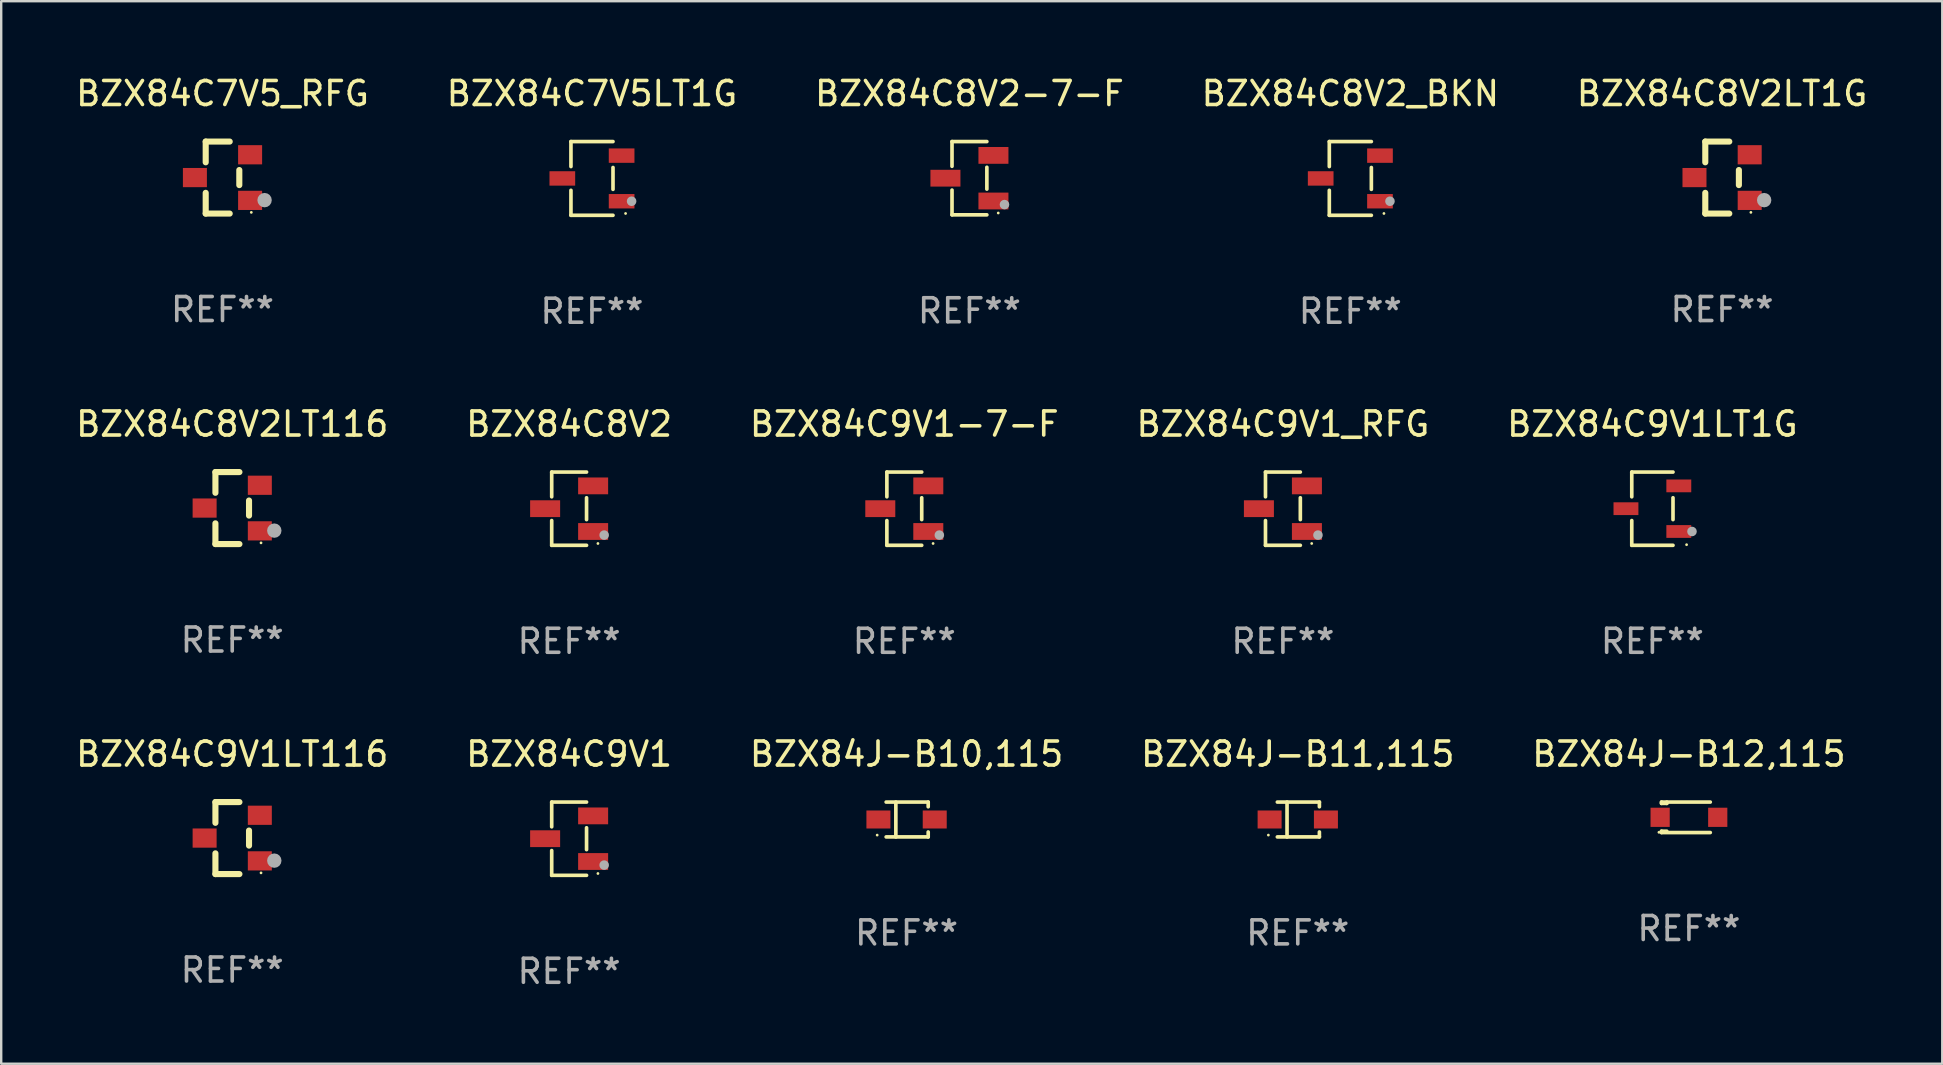
<source format=kicad_pcb>
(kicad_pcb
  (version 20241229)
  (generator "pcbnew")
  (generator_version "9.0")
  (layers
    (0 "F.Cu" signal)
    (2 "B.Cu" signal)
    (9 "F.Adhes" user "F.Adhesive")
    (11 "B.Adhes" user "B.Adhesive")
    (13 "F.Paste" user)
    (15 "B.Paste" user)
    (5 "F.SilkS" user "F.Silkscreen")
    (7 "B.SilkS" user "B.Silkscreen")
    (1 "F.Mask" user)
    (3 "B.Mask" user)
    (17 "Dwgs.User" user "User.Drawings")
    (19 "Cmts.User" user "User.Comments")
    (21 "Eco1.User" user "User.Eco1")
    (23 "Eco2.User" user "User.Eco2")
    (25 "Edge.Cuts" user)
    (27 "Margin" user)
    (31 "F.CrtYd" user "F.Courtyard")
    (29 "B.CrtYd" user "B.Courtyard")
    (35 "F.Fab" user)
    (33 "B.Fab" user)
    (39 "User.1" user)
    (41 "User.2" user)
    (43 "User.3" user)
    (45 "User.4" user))
  (footprint "BZX84C7V5_RFG"
    (layer "F.Cu")
    (at 6.22 4.348)
    (property "Reference" "BZX84C7V5_RFG" (at 0 -3.5 0) (layer "F.SilkS") (effects (font (size 1 1) (thickness 0.15))))
    (attr through_hole)
    (fp_line (start -0.7 -1.5) (end 0.3 -1.5) (stroke (width 0.254) (type solid)) (layer "F.SilkS"))
    (fp_line (start -0.7 -0.636) (end -0.7 -1.5) (stroke (width 0.254) (type solid)) (layer "F.SilkS"))
    (fp_line (start -0.7 1.5) (end -0.7 0.636) (stroke (width 0.254) (type solid)) (layer "F.SilkS"))
    (fp_line (start -0.7 1.5) (end 0.3 1.5) (stroke (width 0.254) (type solid)) (layer "F.SilkS"))
    (fp_line (start 0.7 0.314) (end 0.7 -0.314) (stroke (width 0.254) (type solid)) (layer "F.SilkS"))
    (fp_circle (center 1.2 1.45) (end 1.23 1.45) (stroke (width 0.06) (type solid)) (fill no) (layer "F.SilkS"))
    (fp_circle (center 1.753 0.94) (end 1.903 0.94) (stroke (width 0.3) (type solid)) (fill no) (layer "F.Fab"))
    (fp_text user "REF**" (at 0 5.5 0) (layer "F.Fab") (effects (font (size 1 1) (thickness 0.15))))
    (pad "1" smd rect (at 1.15 0.95 180) (size 1 0.8) (layers "F.Cu" "F.Mask" "F.Paste"))
    (pad "2" smd rect (at 1.15 -0.95 180) (size 1 0.8) (layers "F.Cu" "F.Mask" "F.Paste"))
    (pad "3" smd rect (at -1.15 -0.000051 180) (size 1 0.8) (layers "F.Cu" "F.Mask" "F.Paste")))
  (footprint "BZX84C9V1LT116"
    (layer "F.Cu")
    (at 6.625 31.866)
    (property "Reference" "BZX84C9V1LT116" (at 0 -3.5 0) (layer "F.SilkS") (effects (font (size 1 1) (thickness 0.15))))
    (attr through_hole)
    (fp_line (start -0.7 -1.5) (end 0.3 -1.5) (stroke (width 0.254) (type solid)) (layer "F.SilkS"))
    (fp_line (start -0.7 -0.636) (end -0.7 -1.5) (stroke (width 0.254) (type solid)) (layer "F.SilkS"))
    (fp_line (start -0.7 1.5) (end -0.7 0.636) (stroke (width 0.254) (type solid)) (layer "F.SilkS"))
    (fp_line (start -0.7 1.5) (end 0.3 1.5) (stroke (width 0.254) (type solid)) (layer "F.SilkS"))
    (fp_line (start 0.7 0.314) (end 0.7 -0.314) (stroke (width 0.254) (type solid)) (layer "F.SilkS"))
    (fp_circle (center 1.2 1.45) (end 1.23 1.45) (stroke (width 0.06) (type solid)) (fill no) (layer "F.SilkS"))
    (fp_circle (center 1.753 0.94) (end 1.903 0.94) (stroke (width 0.3) (type solid)) (fill no) (layer "F.Fab"))
    (fp_text user "REF**" (at 0 5.5 0) (layer "F.Fab") (effects (font (size 1 1) (thickness 0.15))))
    (pad "1" smd rect (at 1.15 0.95 180) (size 1 0.8) (layers "F.Cu" "F.Mask" "F.Paste"))
    (pad "2" smd rect (at 1.15 -0.95 180) (size 1 0.8) (layers "F.Cu" "F.Mask" "F.Paste"))
    (pad "3" smd rect (at -1.15 -0.000051 180) (size 1 0.8) (layers "F.Cu" "F.Mask" "F.Paste")))
  (footprint "BZX84C9V1-7-F"
    (layer "F.Cu")
    (at 34.625 18.143)
    (property "Reference" "BZX84C9V1-7-F" (at 0 -3.526 0) (layer "F.SilkS") (effects (font (size 1 1) (thickness 0.15))))
    (attr through_hole)
    (fp_line (start -0.726 -1.526) (end -0.726 -0.495) (stroke (width 0.152) (type solid)) (layer "F.SilkS"))
    (fp_line (start -0.726 1.526) (end -0.726 0.495) (stroke (width 0.152) (type solid)) (layer "F.SilkS"))
    (fp_line (start 0.726 -1.526) (end -0.726 -1.526) (stroke (width 0.152) (type solid)) (layer "F.SilkS"))
    (fp_line (start 0.726 -0.455) (end 0.726 0.455) (stroke (width 0.152) (type solid)) (layer "F.SilkS"))
    (fp_line (start 0.726 1.526) (end -0.726 1.526) (stroke (width 0.152) (type solid)) (layer "F.SilkS"))
    (fp_circle (center 1.2 1.45) (end 1.23 1.45) (stroke (width 0.06) (type solid)) (fill no) (layer "F.SilkS"))
    (fp_circle (center 1.46 1.1) (end 1.56 1.1) (stroke (width 0.2) (type solid)) (fill no) (layer "F.Fab"))
    (fp_text user "REF**" (at 0 5.526 0) (layer "F.Fab") (effects (font (size 1 1) (thickness 0.15))))
    (pad "1" smd rect (at 1 0.95) (size 1.25 0.7) (layers "F.Cu" "F.Mask" "F.Paste"))
    (pad "2" smd rect (at 1 -0.95) (size 1.25 0.7) (layers "F.Cu" "F.Mask" "F.Paste"))
    (pad "3" smd rect (at -1 0) (size 1.25 0.7) (layers "F.Cu" "F.Mask" "F.Paste")))
  (footprint "BZX84C7V5LT1G"
    (layer "F.Cu")
    (at 21.613 4.384)
    (property "Reference" "BZX84C7V5LT1G" (at 0 -3.536 0) (layer "F.SilkS") (effects (font (size 1 1) (thickness 0.15))))
    (attr through_hole)
    (fp_line (start -0.876 -1.536) (end -0.876 -0.495) (stroke (width 0.152) (type solid)) (layer "F.SilkS"))
    (fp_line (start -0.876 1.536) (end -0.876 0.495) (stroke (width 0.152) (type solid)) (layer "F.SilkS"))
    (fp_line (start 0.876 -1.536) (end -0.876 -1.536) (stroke (width 0.152) (type solid)) (layer "F.SilkS"))
    (fp_line (start 0.876 -0.455) (end 0.876 0.455) (stroke (width 0.152) (type solid)) (layer "F.SilkS"))
    (fp_line (start 0.876 1.536) (end -0.876 1.536) (stroke (width 0.152) (type solid)) (layer "F.SilkS"))
    (fp_circle (center 1.4 1.46) (end 1.43 1.46) (stroke (width 0.06) (type solid)) (fill no) (layer "F.SilkS"))
    (fp_circle (center 1.651 0.95) (end 1.751 0.95) (stroke (width 0.2) (type solid)) (fill no) (layer "F.Fab"))
    (fp_text user "REF**" (at 0 5.536 0) (layer "F.Fab") (effects (font (size 1 1) (thickness 0.15))))
    (pad "1" smd rect (at 1.235 0.95) (size 1.07 0.6) (layers "F.Cu" "F.Mask" "F.Paste"))
    (pad "2" smd rect (at 1.235 -0.95) (size 1.07 0.6) (layers "F.Cu" "F.Mask" "F.Paste"))
    (pad "3" smd rect (at -1.235 0) (size 1.07 0.6) (layers "F.Cu" "F.Mask" "F.Paste")))
  (footprint "BZX84C8V2LT116"
    (layer "F.Cu")
    (at 6.625 18.117)
    (property "Reference" "BZX84C8V2LT116" (at 0 -3.5 0) (layer "F.SilkS") (effects (font (size 1 1) (thickness 0.15))))
    (attr through_hole)
    (fp_line (start -0.7 -1.5) (end 0.3 -1.5) (stroke (width 0.254) (type solid)) (layer "F.SilkS"))
    (fp_line (start -0.7 -0.636) (end -0.7 -1.5) (stroke (width 0.254) (type solid)) (layer "F.SilkS"))
    (fp_line (start -0.7 1.5) (end -0.7 0.636) (stroke (width 0.254) (type solid)) (layer "F.SilkS"))
    (fp_line (start -0.7 1.5) (end 0.3 1.5) (stroke (width 0.254) (type solid)) (layer "F.SilkS"))
    (fp_line (start 0.7 0.314) (end 0.7 -0.314) (stroke (width 0.254) (type solid)) (layer "F.SilkS"))
    (fp_circle (center 1.2 1.45) (end 1.23 1.45) (stroke (width 0.06) (type solid)) (fill no) (layer "F.SilkS"))
    (fp_circle (center 1.753 0.94) (end 1.903 0.94) (stroke (width 0.3) (type solid)) (fill no) (layer "F.Fab"))
    (fp_text user "REF**" (at 0 5.5 0) (layer "F.Fab") (effects (font (size 1 1) (thickness 0.15))))
    (pad "1" smd rect (at 1.15 0.95 180) (size 1 0.8) (layers "F.Cu" "F.Mask" "F.Paste"))
    (pad "2" smd rect (at 1.15 -0.95 180) (size 1 0.8) (layers "F.Cu" "F.Mask" "F.Paste"))
    (pad "3" smd rect (at -1.15 -0.000051 180) (size 1 0.8) (layers "F.Cu" "F.Mask" "F.Paste")))
  (footprint "BZX84C8V2"
    (layer "F.Cu")
    (at 20.661 18.143)
    (property "Reference" "BZX84C8V2" (at 0 -3.526 0) (layer "F.SilkS") (effects (font (size 1 1) (thickness 0.15))))
    (attr through_hole)
    (fp_line (start -0.726 -1.526) (end -0.726 -0.495) (stroke (width 0.152) (type solid)) (layer "F.SilkS"))
    (fp_line (start -0.726 1.526) (end -0.726 0.495) (stroke (width 0.152) (type solid)) (layer "F.SilkS"))
    (fp_line (start 0.726 -1.526) (end -0.726 -1.526) (stroke (width 0.152) (type solid)) (layer "F.SilkS"))
    (fp_line (start 0.726 -0.455) (end 0.726 0.455) (stroke (width 0.152) (type solid)) (layer "F.SilkS"))
    (fp_line (start 0.726 1.526) (end -0.726 1.526) (stroke (width 0.152) (type solid)) (layer "F.SilkS"))
    (fp_circle (center 1.2 1.45) (end 1.23 1.45) (stroke (width 0.06) (type solid)) (fill no) (layer "F.SilkS"))
    (fp_circle (center 1.46 1.1) (end 1.56 1.1) (stroke (width 0.2) (type solid)) (fill no) (layer "F.Fab"))
    (fp_text user "REF**" (at 0 5.526 0) (layer "F.Fab") (effects (font (size 1 1) (thickness 0.15))))
    (pad "1" smd rect (at 1 0.95) (size 1.25 0.7) (layers "F.Cu" "F.Mask" "F.Paste"))
    (pad "2" smd rect (at 1 -0.95) (size 1.25 0.7) (layers "F.Cu" "F.Mask" "F.Paste"))
    (pad "3" smd rect (at -1 0) (size 1.25 0.7) (layers "F.Cu" "F.Mask" "F.Paste")))
  (footprint "BZX84J-B10,115"
    (layer "F.Cu")
    (at 34.72 31.092)
    (property "Reference" "BZX84J-B10,115" (at 0 -2.726 0) (layer "F.SilkS") (effects (font (size 1 1) (thickness 0.15))))
    (attr through_hole)
    (fp_line (start -0.851 -0.726) (end 0.901 -0.726) (stroke (width 0.152) (type solid)) (layer "F.SilkS"))
    (fp_line (start -0.851 0.726) (end 0.901 0.726) (stroke (width 0.152) (type solid)) (layer "F.SilkS"))
    (fp_line (start -0.447 -0.726) (end -0.447 0.726) (stroke (width 0.152) (type solid)) (layer "F.SilkS"))
    (fp_line (start 0.901 -0.726) (end 0.901 -0.53) (stroke (width 0.152) (type solid)) (layer "F.SilkS"))
    (fp_line (start 0.901 0.726) (end 0.901 0.52) (stroke (width 0.152) (type solid)) (layer "F.SilkS"))
    (fp_circle (center -1.225 0.65) (end -1.195 0.65) (stroke (width 0.06) (type solid)) (fill no) (layer "F.SilkS"))
    (fp_text user "REF**" (at 0 4.726 0) (layer "F.Fab") (effects (font (size 1 1) (thickness 0.15))))
    (pad "1" smd rect (at -1.173 0) (size 1 0.75) (layers "F.Cu" "F.Mask" "F.Paste"))
    (pad "2" smd rect (at 1.173 0) (size 1 0.75) (layers "F.Cu" "F.Mask" "F.Paste")))
  (footprint "BZX84C8V2-7-F"
    (layer "F.Cu")
    (at 37.339 4.374)
    (property "Reference" "BZX84C8V2-7-F" (at 0 -3.526 0) (layer "F.SilkS") (effects (font (size 1 1) (thickness 0.15))))
    (attr through_hole)
    (fp_line (start -0.726 -1.526) (end -0.726 -0.495) (stroke (width 0.152) (type solid)) (layer "F.SilkS"))
    (fp_line (start -0.726 1.526) (end -0.726 0.495) (stroke (width 0.152) (type solid)) (layer "F.SilkS"))
    (fp_line (start 0.726 -1.526) (end -0.726 -1.526) (stroke (width 0.152) (type solid)) (layer "F.SilkS"))
    (fp_line (start 0.726 -0.455) (end 0.726 0.455) (stroke (width 0.152) (type solid)) (layer "F.SilkS"))
    (fp_line (start 0.726 1.526) (end -0.726 1.526) (stroke (width 0.152) (type solid)) (layer "F.SilkS"))
    (fp_circle (center 1.2 1.45) (end 1.23 1.45) (stroke (width 0.06) (type solid)) (fill no) (layer "F.SilkS"))
    (fp_circle (center 1.46 1.1) (end 1.56 1.1) (stroke (width 0.2) (type solid)) (fill no) (layer "F.Fab"))
    (fp_text user "REF**" (at 0 5.526 0) (layer "F.Fab") (effects (font (size 1 1) (thickness 0.15))))
    (pad "1" smd rect (at 1 0.95) (size 1.25 0.7) (layers "F.Cu" "F.Mask" "F.Paste"))
    (pad "2" smd rect (at 1 -0.95) (size 1.25 0.7) (layers "F.Cu" "F.Mask" "F.Paste"))
    (pad "3" smd rect (at -1 0) (size 1.25 0.7) (layers "F.Cu" "F.Mask" "F.Paste")))
  (footprint "BZX84J-B12,115"
    (layer "F.Cu")
    (at 67.315 31.001)
    (property "Reference" "BZX84J-B12,115" (at 0 -2.635 0) (layer "F.SilkS") (effects (font (size 1 1) (thickness 0.15))))
    (attr through_hole)
    (fp_line (start -1.143 -0.635) (end -1.143 -0.58) (stroke (width 0.152) (type solid)) (layer "F.SilkS"))
    (fp_line (start -1.143 -0.58) (end -0.922 -0.58) (stroke (width 0.152) (type solid)) (layer "F.SilkS"))
    (fp_line (start -1.143 0.58) (end -1.143 0.635) (stroke (width 0.152) (type solid)) (layer "F.SilkS"))
    (fp_line (start -1.143 0.58) (end -0.922 0.58) (stroke (width 0.152) (type solid)) (layer "F.SilkS"))
    (fp_line (start -1.143 0.635) (end 0.889 0.635) (stroke (width 0.152) (type solid)) (layer "F.SilkS"))
    (fp_line (start -0.922 -0.58) (end -0.922 -0.635) (stroke (width 0.152) (type solid)) (layer "F.SilkS"))
    (fp_line (start 0.889 -0.635) (end -1.143 -0.635) (stroke (width 0.152) (type solid)) (layer "F.SilkS"))
    (fp_circle (center -1.25 0.625) (end -1.22 0.625) (stroke (width 0.06) (type solid)) (fill no) (layer "F.SilkS"))
    (fp_text user "REF**" (at 0 4.635 0) (layer "F.Fab") (effects (font (size 1 1) (thickness 0.15))))
    (pad "1" smd rect (at -1.2 0) (size 0.8 0.8) (layers "F.Cu" "F.Mask" "F.Paste"))
    (pad "2" smd rect (at 1.2 0) (size 0.8 0.8) (layers "F.Cu" "F.Mask" "F.Paste")))
  (footprint "BZX84C8V2LT1G"
    (layer "F.Cu")
    (at 68.696 4.348)
    (property "Reference" "BZX84C8V2LT1G" (at 0 -3.5 0) (layer "F.SilkS") (effects (font (size 1 1) (thickness 0.15))))
    (attr through_hole)
    (fp_line (start -0.7 -1.5) (end 0.3 -1.5) (stroke (width 0.254) (type solid)) (layer "F.SilkS"))
    (fp_line (start -0.7 -0.636) (end -0.7 -1.5) (stroke (width 0.254) (type solid)) (layer "F.SilkS"))
    (fp_line (start -0.7 1.5) (end -0.7 0.636) (stroke (width 0.254) (type solid)) (layer "F.SilkS"))
    (fp_line (start -0.7 1.5) (end 0.3 1.5) (stroke (width 0.254) (type solid)) (layer "F.SilkS"))
    (fp_line (start 0.7 0.314) (end 0.7 -0.314) (stroke (width 0.254) (type solid)) (layer "F.SilkS"))
    (fp_circle (center 1.2 1.45) (end 1.23 1.45) (stroke (width 0.06) (type solid)) (fill no) (layer "F.SilkS"))
    (fp_circle (center 1.753 0.94) (end 1.903 0.94) (stroke (width 0.3) (type solid)) (fill no) (layer "F.Fab"))
    (fp_text user "REF**" (at 0 5.5 0) (layer "F.Fab") (effects (font (size 1 1) (thickness 0.15))))
    (pad "1" smd rect (at 1.15 0.95 180) (size 1 0.8) (layers "F.Cu" "F.Mask" "F.Paste"))
    (pad "2" smd rect (at 1.15 -0.95 180) (size 1 0.8) (layers "F.Cu" "F.Mask" "F.Paste"))
    (pad "3" smd rect (at -1.15 -0.000051 180) (size 1 0.8) (layers "F.Cu" "F.Mask" "F.Paste")))
  (footprint "BZX84C8V2_BKN"
    (layer "F.Cu")
    (at 53.208 4.384)
    (property "Reference" "BZX84C8V2_BKN" (at 0 -3.536 0) (layer "F.SilkS") (effects (font (size 1 1) (thickness 0.15))))
    (attr through_hole)
    (fp_line (start -0.876 -1.536) (end -0.876 -0.495) (stroke (width 0.152) (type solid)) (layer "F.SilkS"))
    (fp_line (start -0.876 1.536) (end -0.876 0.495) (stroke (width 0.152) (type solid)) (layer "F.SilkS"))
    (fp_line (start 0.876 -1.536) (end -0.876 -1.536) (stroke (width 0.152) (type solid)) (layer "F.SilkS"))
    (fp_line (start 0.876 -0.455) (end 0.876 0.455) (stroke (width 0.152) (type solid)) (layer "F.SilkS"))
    (fp_line (start 0.876 1.536) (end -0.876 1.536) (stroke (width 0.152) (type solid)) (layer "F.SilkS"))
    (fp_circle (center 1.4 1.46) (end 1.43 1.46) (stroke (width 0.06) (type solid)) (fill no) (layer "F.SilkS"))
    (fp_circle (center 1.651 0.95) (end 1.751 0.95) (stroke (width 0.2) (type solid)) (fill no) (layer "F.Fab"))
    (fp_text user "REF**" (at 0 5.536 0) (layer "F.Fab") (effects (font (size 1 1) (thickness 0.15))))
    (pad "1" smd rect (at 1.235 0.95) (size 1.07 0.6) (layers "F.Cu" "F.Mask" "F.Paste"))
    (pad "2" smd rect (at 1.235 -0.95) (size 1.07 0.6) (layers "F.Cu" "F.Mask" "F.Paste"))
    (pad "3" smd rect (at -1.235 0) (size 1.07 0.6) (layers "F.Cu" "F.Mask" "F.Paste")))
  (footprint "BZX84C9V1LT1G"
    (layer "F.Cu")
    (at 65.792 18.143)
    (property "Reference" "BZX84C9V1LT1G" (at 0 -3.526 0) (layer "F.SilkS") (effects (font (size 1 1) (thickness 0.15))))
    (attr through_hole)
    (fp_line (start -0.859 -1.526) (end -0.859 -0.495) (stroke (width 0.152) (type solid)) (layer "F.SilkS"))
    (fp_line (start -0.859 1.526) (end -0.859 0.495) (stroke (width 0.152) (type solid)) (layer "F.SilkS"))
    (fp_line (start 0.859 -1.526) (end -0.859 -1.526) (stroke (width 0.152) (type solid)) (layer "F.SilkS"))
    (fp_line (start 0.859 -0.455) (end 0.859 0.455) (stroke (width 0.152) (type solid)) (layer "F.SilkS"))
    (fp_line (start 0.859 1.526) (end -0.859 1.526) (stroke (width 0.152) (type solid)) (layer "F.SilkS"))
    (fp_circle (center 1.425 1.5) (end 1.455 1.5) (stroke (width 0.06) (type solid)) (fill no) (layer "F.SilkS"))
    (fp_circle (center 1.65 0.95) (end 1.75 0.95) (stroke (width 0.2) (type solid)) (fill no) (layer "F.Fab"))
    (fp_text user "REF**" (at 0 5.526 0) (layer "F.Fab") (effects (font (size 1 1) (thickness 0.15))))
    (pad "1" smd rect (at 1.101 0.95) (size 1.037 0.532) (layers "F.Cu" "F.Mask" "F.Paste"))
    (pad "2" smd rect (at 1.101 -0.95) (size 1.037 0.532) (layers "F.Cu" "F.Mask" "F.Paste"))
    (pad "3" smd rect (at -1.101 0) (size 1.037 0.532) (layers "F.Cu" "F.Mask" "F.Paste")))
  (footprint "BZX84C9V1_RFG"
    (layer "F.Cu")
    (at 50.399 18.143)
    (property "Reference" "BZX84C9V1_RFG" (at 0 -3.526 0) (layer "F.SilkS") (effects (font (size 1 1) (thickness 0.15))))
    (attr through_hole)
    (fp_line (start -0.726 -1.526) (end -0.726 -0.495) (stroke (width 0.152) (type solid)) (layer "F.SilkS"))
    (fp_line (start -0.726 1.526) (end -0.726 0.495) (stroke (width 0.152) (type solid)) (layer "F.SilkS"))
    (fp_line (start 0.726 -1.526) (end -0.726 -1.526) (stroke (width 0.152) (type solid)) (layer "F.SilkS"))
    (fp_line (start 0.726 -0.455) (end 0.726 0.455) (stroke (width 0.152) (type solid)) (layer "F.SilkS"))
    (fp_line (start 0.726 1.526) (end -0.726 1.526) (stroke (width 0.152) (type solid)) (layer "F.SilkS"))
    (fp_circle (center 1.2 1.45) (end 1.23 1.45) (stroke (width 0.06) (type solid)) (fill no) (layer "F.SilkS"))
    (fp_circle (center 1.46 1.1) (end 1.56 1.1) (stroke (width 0.2) (type solid)) (fill no) (layer "F.Fab"))
    (fp_text user "REF**" (at 0 5.526 0) (layer "F.Fab") (effects (font (size 1 1) (thickness 0.15))))
    (pad "1" smd rect (at 1 0.95) (size 1.25 0.7) (layers "F.Cu" "F.Mask" "F.Paste"))
    (pad "2" smd rect (at 1 -0.95) (size 1.25 0.7) (layers "F.Cu" "F.Mask" "F.Paste"))
    (pad "3" smd rect (at -1 0) (size 1.25 0.7) (layers "F.Cu" "F.Mask" "F.Paste")))
  (footprint "BZX84C9V1"
    (layer "F.Cu")
    (at 20.661 31.892)
    (property "Reference" "BZX84C9V1" (at 0 -3.526 0) (layer "F.SilkS") (effects (font (size 1 1) (thickness 0.15))))
    (attr through_hole)
    (fp_line (start -0.726 -1.526) (end -0.726 -0.495) (stroke (width 0.152) (type solid)) (layer "F.SilkS"))
    (fp_line (start -0.726 1.526) (end -0.726 0.495) (stroke (width 0.152) (type solid)) (layer "F.SilkS"))
    (fp_line (start 0.726 -1.526) (end -0.726 -1.526) (stroke (width 0.152) (type solid)) (layer "F.SilkS"))
    (fp_line (start 0.726 -0.455) (end 0.726 0.455) (stroke (width 0.152) (type solid)) (layer "F.SilkS"))
    (fp_line (start 0.726 1.526) (end -0.726 1.526) (stroke (width 0.152) (type solid)) (layer "F.SilkS"))
    (fp_circle (center 1.2 1.45) (end 1.23 1.45) (stroke (width 0.06) (type solid)) (fill no) (layer "F.SilkS"))
    (fp_circle (center 1.46 1.1) (end 1.56 1.1) (stroke (width 0.2) (type solid)) (fill no) (layer "F.Fab"))
    (fp_text user "REF**" (at 0 5.526 0) (layer "F.Fab") (effects (font (size 1 1) (thickness 0.15))))
    (pad "1" smd rect (at 1 0.95) (size 1.25 0.7) (layers "F.Cu" "F.Mask" "F.Paste"))
    (pad "2" smd rect (at 1 -0.95) (size 1.25 0.7) (layers "F.Cu" "F.Mask" "F.Paste"))
    (pad "3" smd rect (at -1 0) (size 1.25 0.7) (layers "F.Cu" "F.Mask" "F.Paste")))
  (footprint "BZX84J-B11,115"
    (layer "F.Cu")
    (at 51.018 31.092)
    (property "Reference" "BZX84J-B11,115" (at 0 -2.726 0) (layer "F.SilkS") (effects (font (size 1 1) (thickness 0.15))))
    (attr through_hole)
    (fp_line (start -0.851 -0.726) (end 0.901 -0.726) (stroke (width 0.152) (type solid)) (layer "F.SilkS"))
    (fp_line (start -0.851 0.726) (end 0.901 0.726) (stroke (width 0.152) (type solid)) (layer "F.SilkS"))
    (fp_line (start -0.447 -0.726) (end -0.447 0.726) (stroke (width 0.152) (type solid)) (layer "F.SilkS"))
    (fp_line (start 0.901 -0.726) (end 0.901 -0.53) (stroke (width 0.152) (type solid)) (layer "F.SilkS"))
    (fp_line (start 0.901 0.726) (end 0.901 0.52) (stroke (width 0.152) (type solid)) (layer "F.SilkS"))
    (fp_circle (center -1.225 0.65) (end -1.195 0.65) (stroke (width 0.06) (type solid)) (fill no) (layer "F.SilkS"))
    (fp_text user "REF**" (at 0 4.726 0) (layer "F.Fab") (effects (font (size 1 1) (thickness 0.15))))
    (pad "1" smd rect (at -1.173 0) (size 1 0.75) (layers "F.Cu" "F.Mask" "F.Paste"))
    (pad "2" smd rect (at 1.173 0) (size 1 0.75) (layers "F.Cu" "F.Mask" "F.Paste")))
  (gr_rect
    (start -3 -3)
    (end 77.869 41.267)
    (stroke (width 0.1) (type default))
    (fill no)
    (layer "Edge.Cuts")))
</source>
